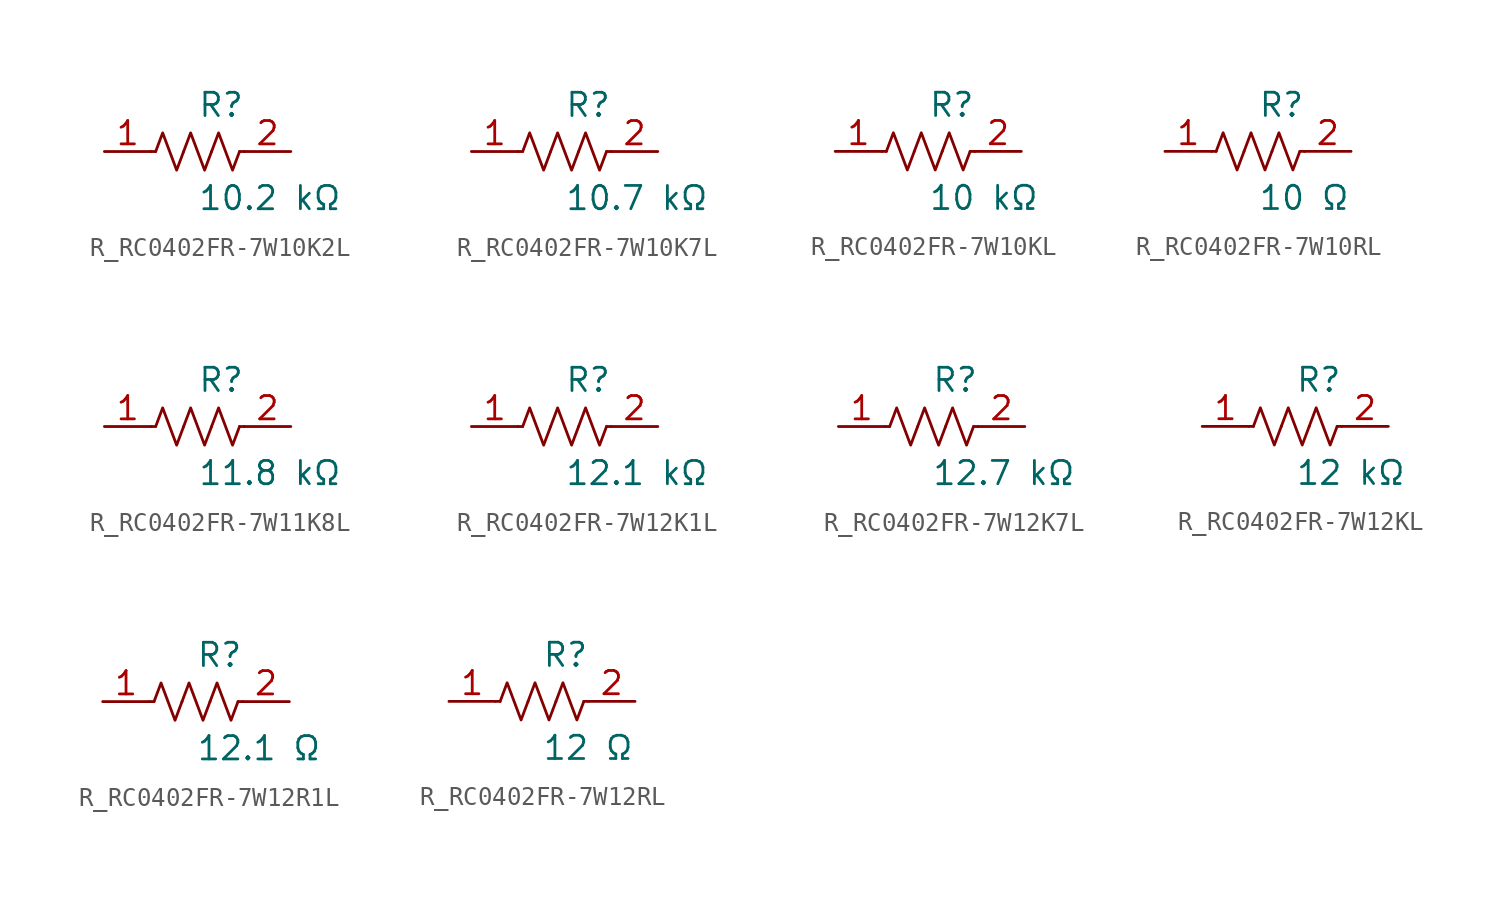
<source format=kicad_sym>
(kicad_symbol_lib
  (version 20231120)
  (generator kicad_symbol_editor)
  (generator_version 8.0)
  (symbol "R_RC0402FR-7W10K2L"
    (pin_names
      (offset 0.254))
    (property "Reference" "R"
      (at 0 2.54 0)
      (effects (font (size 1.27 1.27)) (justify left)))
    (property "Value" "10.2 kΩ"
      (at 0 -2.54 0)
      (effects (font (size 1.27 1.27)) (justify left)))
    (symbol "R_RC0402FR-7W10K2L_0_1"
      (polyline (pts (xy 2.286 0) (xy 2.54 0)) (stroke (width 0) (type default)) (fill (type none)))
      (polyline (pts (xy -2.286 0) (xy -2.54 0)) (stroke (width 0) (type default)) (fill (type none)))
      (polyline (pts (xy 0.762 0) (xy 1.143 1.016) (xy 1.524 0) (xy 1.905 -1.016) (xy 2.286 0)) (stroke (width 0) (type default)) (fill (type none)))
      (polyline (pts (xy -0.762 0) (xy -0.381 1.016) (xy 0 0) (xy 0.381 -1.016) (xy 0.762 0)) (stroke (width 0) (type default)) (fill (type none)))
      (polyline (pts (xy -2.286 0) (xy -1.905 1.016) (xy -1.524 0) (xy -1.143 -1.016) (xy -0.762 0)) (stroke (width 0) (type default)) (fill (type none))))
    (pin passive line
      (at -5.08 0 0)
      (length 2.54)
      (name "" (effects (font (size 1.27 1.27))))
      (number "1" (effects (font (size 1.27 1.27)))))
    (pin passive line
      (at 5.08 0 180)
      (length 2.54)
      (name "" (effects (font (size 1.27 1.27))))
      (number "2" (effects (font (size 1.27 1.27))))))
  (symbol "R_RC0402FR-7W10K7L"
    (pin_names
      (offset 0.254))
    (property "Reference" "R"
      (at 0 2.54 0)
      (effects (font (size 1.27 1.27)) (justify left)))
    (property "Value" "10.7 kΩ"
      (at 0 -2.54 0)
      (effects (font (size 1.27 1.27)) (justify left)))
    (symbol "R_RC0402FR-7W10K7L_0_1"
      (polyline (pts (xy 2.286 0) (xy 2.54 0)) (stroke (width 0) (type default)) (fill (type none)))
      (polyline (pts (xy -2.286 0) (xy -2.54 0)) (stroke (width 0) (type default)) (fill (type none)))
      (polyline (pts (xy 0.762 0) (xy 1.143 1.016) (xy 1.524 0) (xy 1.905 -1.016) (xy 2.286 0)) (stroke (width 0) (type default)) (fill (type none)))
      (polyline (pts (xy -0.762 0) (xy -0.381 1.016) (xy 0 0) (xy 0.381 -1.016) (xy 0.762 0)) (stroke (width 0) (type default)) (fill (type none)))
      (polyline (pts (xy -2.286 0) (xy -1.905 1.016) (xy -1.524 0) (xy -1.143 -1.016) (xy -0.762 0)) (stroke (width 0) (type default)) (fill (type none))))
    (pin passive line
      (at -5.08 0 0)
      (length 2.54)
      (name "" (effects (font (size 1.27 1.27))))
      (number "1" (effects (font (size 1.27 1.27)))))
    (pin passive line
      (at 5.08 0 180)
      (length 2.54)
      (name "" (effects (font (size 1.27 1.27))))
      (number "2" (effects (font (size 1.27 1.27))))))
  (symbol "R_RC0402FR-7W10KL"
    (pin_names
      (offset 0.254))
    (property "Reference" "R"
      (at 0 2.54 0)
      (effects (font (size 1.27 1.27)) (justify left)))
    (property "Value" "10 kΩ"
      (at 0 -2.54 0)
      (effects (font (size 1.27 1.27)) (justify left)))
    (symbol "R_RC0402FR-7W10KL_0_1"
      (polyline (pts (xy 2.286 0) (xy 2.54 0)) (stroke (width 0) (type default)) (fill (type none)))
      (polyline (pts (xy -2.286 0) (xy -2.54 0)) (stroke (width 0) (type default)) (fill (type none)))
      (polyline (pts (xy 0.762 0) (xy 1.143 1.016) (xy 1.524 0) (xy 1.905 -1.016) (xy 2.286 0)) (stroke (width 0) (type default)) (fill (type none)))
      (polyline (pts (xy -0.762 0) (xy -0.381 1.016) (xy 0 0) (xy 0.381 -1.016) (xy 0.762 0)) (stroke (width 0) (type default)) (fill (type none)))
      (polyline (pts (xy -2.286 0) (xy -1.905 1.016) (xy -1.524 0) (xy -1.143 -1.016) (xy -0.762 0)) (stroke (width 0) (type default)) (fill (type none))))
    (pin passive line
      (at -5.08 0 0)
      (length 2.54)
      (name "" (effects (font (size 1.27 1.27))))
      (number "1" (effects (font (size 1.27 1.27)))))
    (pin passive line
      (at 5.08 0 180)
      (length 2.54)
      (name "" (effects (font (size 1.27 1.27))))
      (number "2" (effects (font (size 1.27 1.27))))))
  (symbol "R_RC0402FR-7W10RL"
    (pin_names
      (offset 0.254))
    (property "Reference" "R"
      (at 0 2.54 0)
      (effects (font (size 1.27 1.27)) (justify left)))
    (property "Value" "10 Ω"
      (at 0 -2.54 0)
      (effects (font (size 1.27 1.27)) (justify left)))
    (symbol "R_RC0402FR-7W10RL_0_1"
      (polyline (pts (xy 2.286 0) (xy 2.54 0)) (stroke (width 0) (type default)) (fill (type none)))
      (polyline (pts (xy -2.286 0) (xy -2.54 0)) (stroke (width 0) (type default)) (fill (type none)))
      (polyline (pts (xy 0.762 0) (xy 1.143 1.016) (xy 1.524 0) (xy 1.905 -1.016) (xy 2.286 0)) (stroke (width 0) (type default)) (fill (type none)))
      (polyline (pts (xy -0.762 0) (xy -0.381 1.016) (xy 0 0) (xy 0.381 -1.016) (xy 0.762 0)) (stroke (width 0) (type default)) (fill (type none)))
      (polyline (pts (xy -2.286 0) (xy -1.905 1.016) (xy -1.524 0) (xy -1.143 -1.016) (xy -0.762 0)) (stroke (width 0) (type default)) (fill (type none))))
    (pin passive line
      (at -5.08 0 0)
      (length 2.54)
      (name "" (effects (font (size 1.27 1.27))))
      (number "1" (effects (font (size 1.27 1.27)))))
    (pin passive line
      (at 5.08 0 180)
      (length 2.54)
      (name "" (effects (font (size 1.27 1.27))))
      (number "2" (effects (font (size 1.27 1.27))))))
  (symbol "R_RC0402FR-7W11K8L"
    (pin_names
      (offset 0.254))
    (property "Reference" "R"
      (at 0 2.54 0)
      (effects (font (size 1.27 1.27)) (justify left)))
    (property "Value" "11.8 kΩ"
      (at 0 -2.54 0)
      (effects (font (size 1.27 1.27)) (justify left)))
    (symbol "R_RC0402FR-7W11K8L_0_1"
      (polyline (pts (xy 2.286 0) (xy 2.54 0)) (stroke (width 0) (type default)) (fill (type none)))
      (polyline (pts (xy -2.286 0) (xy -2.54 0)) (stroke (width 0) (type default)) (fill (type none)))
      (polyline (pts (xy 0.762 0) (xy 1.143 1.016) (xy 1.524 0) (xy 1.905 -1.016) (xy 2.286 0)) (stroke (width 0) (type default)) (fill (type none)))
      (polyline (pts (xy -0.762 0) (xy -0.381 1.016) (xy 0 0) (xy 0.381 -1.016) (xy 0.762 0)) (stroke (width 0) (type default)) (fill (type none)))
      (polyline (pts (xy -2.286 0) (xy -1.905 1.016) (xy -1.524 0) (xy -1.143 -1.016) (xy -0.762 0)) (stroke (width 0) (type default)) (fill (type none))))
    (pin passive line
      (at -5.08 0 0)
      (length 2.54)
      (name "" (effects (font (size 1.27 1.27))))
      (number "1" (effects (font (size 1.27 1.27)))))
    (pin passive line
      (at 5.08 0 180)
      (length 2.54)
      (name "" (effects (font (size 1.27 1.27))))
      (number "2" (effects (font (size 1.27 1.27))))))
  (symbol "R_RC0402FR-7W12K1L"
    (pin_names
      (offset 0.254))
    (property "Reference" "R"
      (at 0 2.54 0)
      (effects (font (size 1.27 1.27)) (justify left)))
    (property "Value" "12.1 kΩ"
      (at 0 -2.54 0)
      (effects (font (size 1.27 1.27)) (justify left)))
    (symbol "R_RC0402FR-7W12K1L_0_1"
      (polyline (pts (xy 2.286 0) (xy 2.54 0)) (stroke (width 0) (type default)) (fill (type none)))
      (polyline (pts (xy -2.286 0) (xy -2.54 0)) (stroke (width 0) (type default)) (fill (type none)))
      (polyline (pts (xy 0.762 0) (xy 1.143 1.016) (xy 1.524 0) (xy 1.905 -1.016) (xy 2.286 0)) (stroke (width 0) (type default)) (fill (type none)))
      (polyline (pts (xy -0.762 0) (xy -0.381 1.016) (xy 0 0) (xy 0.381 -1.016) (xy 0.762 0)) (stroke (width 0) (type default)) (fill (type none)))
      (polyline (pts (xy -2.286 0) (xy -1.905 1.016) (xy -1.524 0) (xy -1.143 -1.016) (xy -0.762 0)) (stroke (width 0) (type default)) (fill (type none))))
    (pin passive line
      (at -5.08 0 0)
      (length 2.54)
      (name "" (effects (font (size 1.27 1.27))))
      (number "1" (effects (font (size 1.27 1.27)))))
    (pin passive line
      (at 5.08 0 180)
      (length 2.54)
      (name "" (effects (font (size 1.27 1.27))))
      (number "2" (effects (font (size 1.27 1.27))))))
  (symbol "R_RC0402FR-7W12K7L"
    (pin_names
      (offset 0.254))
    (property "Reference" "R"
      (at 0 2.54 0)
      (effects (font (size 1.27 1.27)) (justify left)))
    (property "Value" "12.7 kΩ"
      (at 0 -2.54 0)
      (effects (font (size 1.27 1.27)) (justify left)))
    (symbol "R_RC0402FR-7W12K7L_0_1"
      (polyline (pts (xy 2.286 0) (xy 2.54 0)) (stroke (width 0) (type default)) (fill (type none)))
      (polyline (pts (xy -2.286 0) (xy -2.54 0)) (stroke (width 0) (type default)) (fill (type none)))
      (polyline (pts (xy 0.762 0) (xy 1.143 1.016) (xy 1.524 0) (xy 1.905 -1.016) (xy 2.286 0)) (stroke (width 0) (type default)) (fill (type none)))
      (polyline (pts (xy -0.762 0) (xy -0.381 1.016) (xy 0 0) (xy 0.381 -1.016) (xy 0.762 0)) (stroke (width 0) (type default)) (fill (type none)))
      (polyline (pts (xy -2.286 0) (xy -1.905 1.016) (xy -1.524 0) (xy -1.143 -1.016) (xy -0.762 0)) (stroke (width 0) (type default)) (fill (type none))))
    (pin passive line
      (at -5.08 0 0)
      (length 2.54)
      (name "" (effects (font (size 1.27 1.27))))
      (number "1" (effects (font (size 1.27 1.27)))))
    (pin passive line
      (at 5.08 0 180)
      (length 2.54)
      (name "" (effects (font (size 1.27 1.27))))
      (number "2" (effects (font (size 1.27 1.27))))))
  (symbol "R_RC0402FR-7W12KL"
    (pin_names
      (offset 0.254))
    (property "Reference" "R"
      (at 0 2.54 0)
      (effects (font (size 1.27 1.27)) (justify left)))
    (property "Value" "12 kΩ"
      (at 0 -2.54 0)
      (effects (font (size 1.27 1.27)) (justify left)))
    (symbol "R_RC0402FR-7W12KL_0_1"
      (polyline (pts (xy 2.286 0) (xy 2.54 0)) (stroke (width 0) (type default)) (fill (type none)))
      (polyline (pts (xy -2.286 0) (xy -2.54 0)) (stroke (width 0) (type default)) (fill (type none)))
      (polyline (pts (xy 0.762 0) (xy 1.143 1.016) (xy 1.524 0) (xy 1.905 -1.016) (xy 2.286 0)) (stroke (width 0) (type default)) (fill (type none)))
      (polyline (pts (xy -0.762 0) (xy -0.381 1.016) (xy 0 0) (xy 0.381 -1.016) (xy 0.762 0)) (stroke (width 0) (type default)) (fill (type none)))
      (polyline (pts (xy -2.286 0) (xy -1.905 1.016) (xy -1.524 0) (xy -1.143 -1.016) (xy -0.762 0)) (stroke (width 0) (type default)) (fill (type none))))
    (pin passive line
      (at -5.08 0 0)
      (length 2.54)
      (name "" (effects (font (size 1.27 1.27))))
      (number "1" (effects (font (size 1.27 1.27)))))
    (pin passive line
      (at 5.08 0 180)
      (length 2.54)
      (name "" (effects (font (size 1.27 1.27))))
      (number "2" (effects (font (size 1.27 1.27))))))
  (symbol "R_RC0402FR-7W12R1L"
    (pin_names
      (offset 0.254))
    (property "Reference" "R"
      (at 0 2.54 0)
      (effects (font (size 1.27 1.27)) (justify left)))
    (property "Value" "12.1 Ω"
      (at 0 -2.54 0)
      (effects (font (size 1.27 1.27)) (justify left)))
    (symbol "R_RC0402FR-7W12R1L_0_1"
      (polyline (pts (xy 2.286 0) (xy 2.54 0)) (stroke (width 0) (type default)) (fill (type none)))
      (polyline (pts (xy -2.286 0) (xy -2.54 0)) (stroke (width 0) (type default)) (fill (type none)))
      (polyline (pts (xy 0.762 0) (xy 1.143 1.016) (xy 1.524 0) (xy 1.905 -1.016) (xy 2.286 0)) (stroke (width 0) (type default)) (fill (type none)))
      (polyline (pts (xy -0.762 0) (xy -0.381 1.016) (xy 0 0) (xy 0.381 -1.016) (xy 0.762 0)) (stroke (width 0) (type default)) (fill (type none)))
      (polyline (pts (xy -2.286 0) (xy -1.905 1.016) (xy -1.524 0) (xy -1.143 -1.016) (xy -0.762 0)) (stroke (width 0) (type default)) (fill (type none))))
    (pin passive line
      (at -5.08 0 0)
      (length 2.54)
      (name "" (effects (font (size 1.27 1.27))))
      (number "1" (effects (font (size 1.27 1.27)))))
    (pin passive line
      (at 5.08 0 180)
      (length 2.54)
      (name "" (effects (font (size 1.27 1.27))))
      (number "2" (effects (font (size 1.27 1.27))))))
  (symbol "R_RC0402FR-7W12RL"
    (pin_names
      (offset 0.254))
    (property "Reference" "R"
      (at 0 2.54 0)
      (effects (font (size 1.27 1.27)) (justify left)))
    (property "Value" "12 Ω"
      (at 0 -2.54 0)
      (effects (font (size 1.27 1.27)) (justify left)))
    (symbol "R_RC0402FR-7W12RL_0_1"
      (polyline (pts (xy 2.286 0) (xy 2.54 0)) (stroke (width 0) (type default)) (fill (type none)))
      (polyline (pts (xy -2.286 0) (xy -2.54 0)) (stroke (width 0) (type default)) (fill (type none)))
      (polyline (pts (xy 0.762 0) (xy 1.143 1.016) (xy 1.524 0) (xy 1.905 -1.016) (xy 2.286 0)) (stroke (width 0) (type default)) (fill (type none)))
      (polyline (pts (xy -0.762 0) (xy -0.381 1.016) (xy 0 0) (xy 0.381 -1.016) (xy 0.762 0)) (stroke (width 0) (type default)) (fill (type none)))
      (polyline (pts (xy -2.286 0) (xy -1.905 1.016) (xy -1.524 0) (xy -1.143 -1.016) (xy -0.762 0)) (stroke (width 0) (type default)) (fill (type none))))
    (pin passive line
      (at -5.08 0 0)
      (length 2.54)
      (name "" (effects (font (size 1.27 1.27))))
      (number "1" (effects (font (size 1.27 1.27)))))
    (pin passive line
      (at 5.08 0 180)
      (length 2.54)
      (name "" (effects (font (size 1.27 1.27))))
      (number "2" (effects (font (size 1.27 1.27)))))))
</source>
